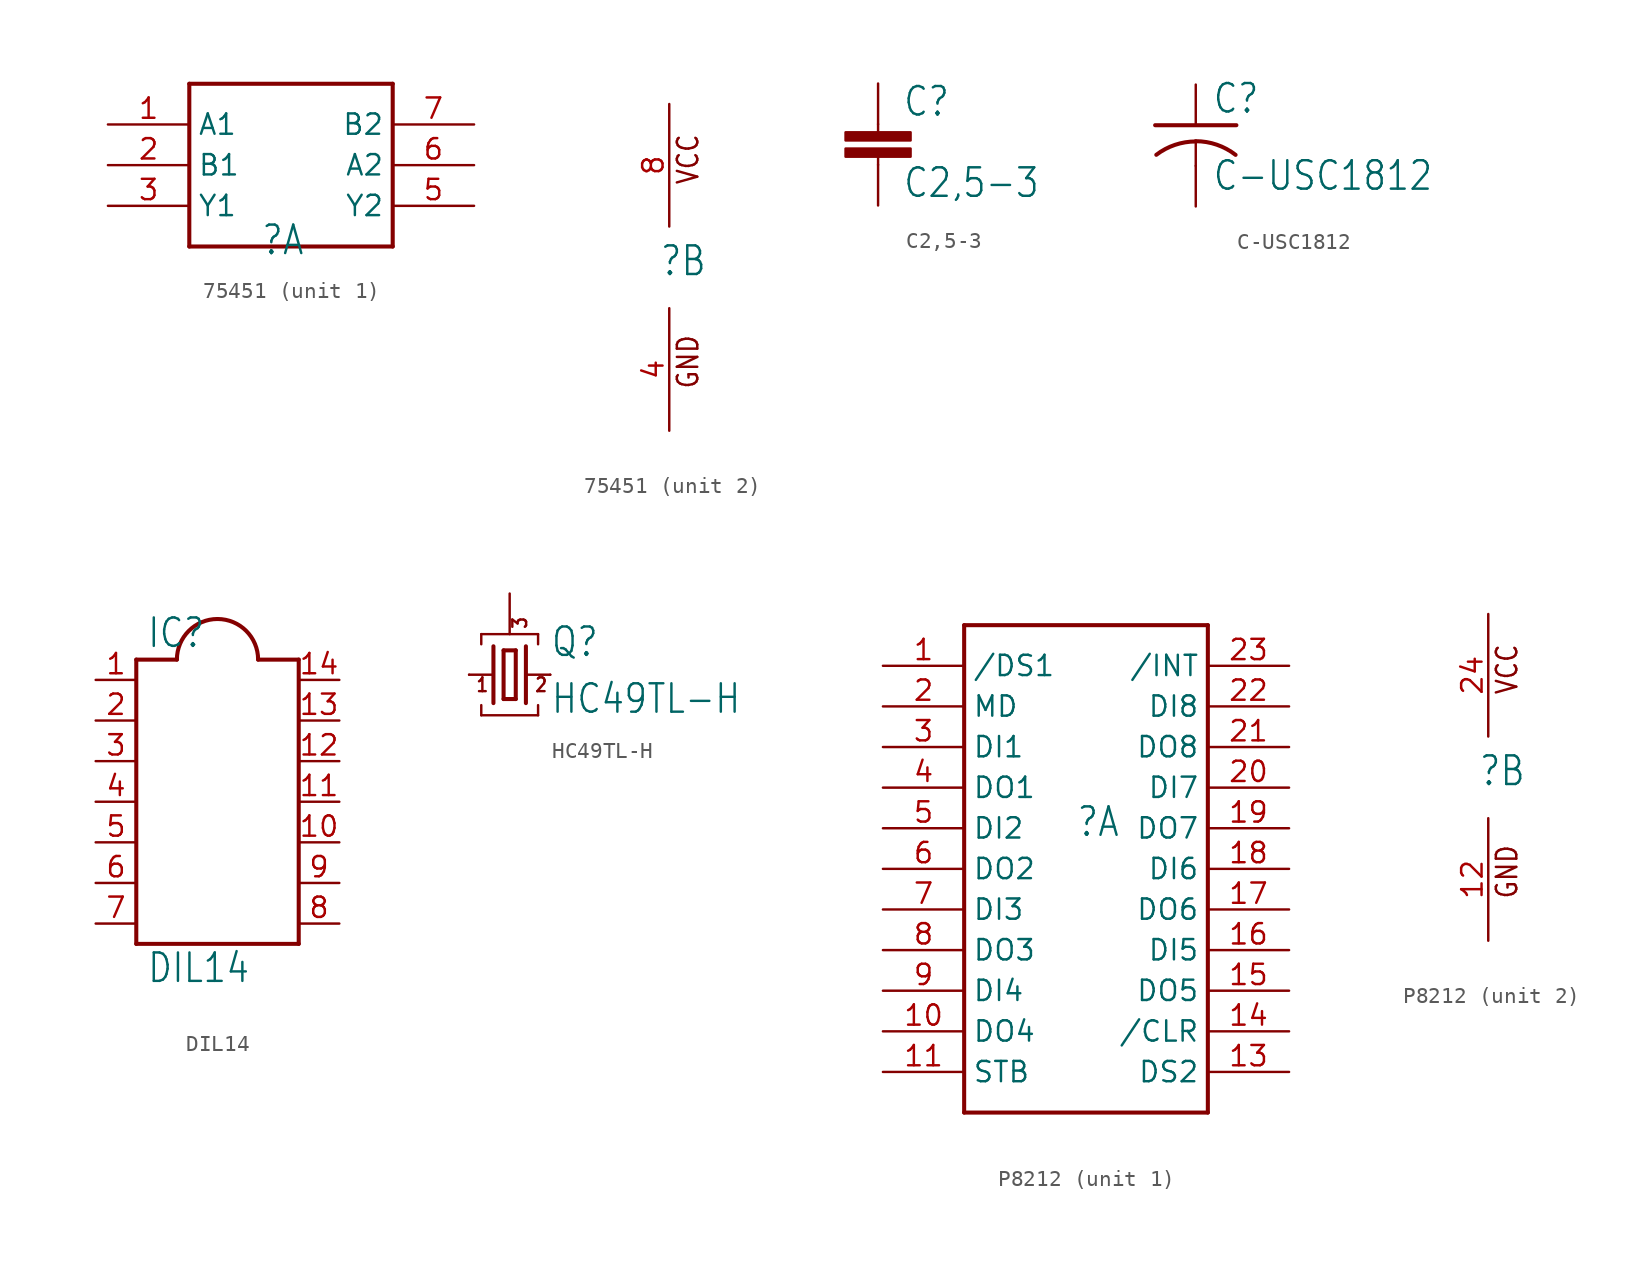
<source format=kicad_sym>
(kicad_symbol_lib
  (version 20211014)
  (generator kicad_symbol_editor)
  (symbol "75451"
    (property "Reference" ""
      (at -0.635 -0.635 0)
      (effects (font (size 1.778 1.511)) (justify left bottom)))
    (property "ki_locked" ""
      (at 0 0 0)
      (effects (font (size 1.27 1.27))))
    (symbol "75451_1_0"
      (polyline (pts (xy -5.08 0) (xy 7.62 0)) (stroke (width 0.254) (type default) (color 0 0 0 0)) (fill (type none)))
      (polyline (pts (xy -5.08 10.16) (xy -5.08 0)) (stroke (width 0.254) (type default) (color 0 0 0 0)) (fill (type none)))
      (polyline (pts (xy 7.62 0) (xy 7.62 10.16)) (stroke (width 0.254) (type default) (color 0 0 0 0)) (fill (type none)))
      (polyline (pts (xy 7.62 10.16) (xy -5.08 10.16)) (stroke (width 0.254) (type default) (color 0 0 0 0)) (fill (type none)))
      (pin bidirectional line (at -10.16 7.62 0) (length 5.08) (name "A1" (effects (font (size 1.27 1.27)))) (number "1" (effects (font (size 1.27 1.27)))))
      (pin bidirectional line (at -10.16 5.08 0) (length 5.08) (name "B1" (effects (font (size 1.27 1.27)))) (number "2" (effects (font (size 1.27 1.27)))))
      (pin bidirectional line (at -10.16 2.54 0) (length 5.08) (name "Y1" (effects (font (size 1.27 1.27)))) (number "3" (effects (font (size 1.27 1.27)))))
      (pin bidirectional line (at 12.7 2.54 180) (length 5.08) (name "Y2" (effects (font (size 1.27 1.27)))) (number "5" (effects (font (size 1.27 1.27)))))
      (pin bidirectional line (at 12.7 5.08 180) (length 5.08) (name "A2" (effects (font (size 1.27 1.27)))) (number "6" (effects (font (size 1.27 1.27)))))
      (pin bidirectional line (at 12.7 7.62 180) (length 5.08) (name "B2" (effects (font (size 1.27 1.27)))) (number "7" (effects (font (size 1.27 1.27))))))
    (symbol "75451_2_0"
      (text "GND" (at 1.905 -7.62 900) (effects (font (size 1.27 1.079)) (justify left bottom)))
      (text "VCC" (at 1.905 5.08 900) (effects (font (size 1.27 1.079)) (justify left bottom)))
      (pin power_in line (at 0 -10.16 90) (length 7.62) (name "GND" (effects (font (size 0 0)))) (number "4" (effects (font (size 1.27 1.27)))))
      (pin power_in line (at 0 10.16 270) (length 7.62) (name "VCC" (effects (font (size 0 0)))) (number "8" (effects (font (size 1.27 1.27)))))))
  (symbol "C2,5-3"
    (property "Reference" "C"
      (at 1.524 0.381 0)
      (effects (font (size 1.778 1.511)) (justify left bottom)))
    (property "Value" "C2,5-3"
      (at 1.524 -4.699 0)
      (effects (font (size 1.778 1.511)) (justify left bottom)))
    (property "ki_locked" ""
      (at 0 0 0)
      (effects (font (size 1.27 1.27))))
    (symbol "C2,5-3_1_0"
      (rectangle (start -2.032 -2.032) (end 2.032 -1.524) (stroke (width 0) (type default) (color 0 0 0 0)) (fill (type outline)))
      (rectangle (start -2.032 -1.016) (end 2.032 -0.508) (stroke (width 0) (type default) (color 0 0 0 0)) (fill (type outline)))
      (polyline (pts (xy 0 -2.54) (xy 0 -2.032)) (stroke (width 0.152) (type default) (color 0 0 0 0)) (fill (type none)))
      (polyline (pts (xy 0 0) (xy 0 -0.508)) (stroke (width 0.152) (type default) (color 0 0 0 0)) (fill (type none)))
      (pin passive line (at 0 2.54 270) (length 2.54) (name "1" (effects (font (size 0 0)))) (number "1" (effects (font (size 0 0)))))
      (pin passive line (at 0 -5.08 90) (length 2.54) (name "2" (effects (font (size 0 0)))) (number "2" (effects (font (size 0 0)))))))
  (symbol "C-USC1812"
    (property "Reference" "C"
      (at 1.016 0.635 0)
      (effects (font (size 1.778 1.511)) (justify left bottom)))
    (property "Value" "C-USC1812"
      (at 1.016 -4.191 0)
      (effects (font (size 1.778 1.511)) (justify left bottom)))
    (property "ki_locked" ""
      (at 0 0 0)
      (effects (font (size 1.27 1.27))))
    (symbol "C-USC1812_1_0"
      (arc (start 0 -1.0161) (mid -1.302 -1.2303) (end -2.4668 -1.8504) (stroke (width 0.254) (type default) (color 0 0 0 0)) (fill (type none)))
      (polyline (pts (xy -2.54 0) (xy 2.54 0)) (stroke (width 0.254) (type default) (color 0 0 0 0)) (fill (type none)))
      (polyline (pts (xy 0 -1.016) (xy 0 -2.54)) (stroke (width 0.152) (type default) (color 0 0 0 0)) (fill (type none)))
      (arc (start 2.4892 -1.8542) (mid 1.3158 -1.2195) (end 0 -1) (stroke (width 0.254) (type default) (color 0 0 0 0)) (fill (type none)))
      (pin passive line (at 0 2.54 270) (length 2.54) (name "1" (effects (font (size 0 0)))) (number "1" (effects (font (size 0 0)))))
      (pin passive line (at 0 -5.08 90) (length 2.54) (name "2" (effects (font (size 0 0)))) (number "2" (effects (font (size 0 0)))))))
  (symbol "DIL14"
    (property "Reference" "IC"
      (at -4.445 9.525 0)
      (effects (font (size 1.778 1.511)) (justify left bottom)))
    (property "Value" "DIL14"
      (at -4.445 -11.43 0)
      (effects (font (size 1.778 1.511)) (justify left bottom)))
    (property "ki_locked" ""
      (at 0 0 0)
      (effects (font (size 1.27 1.27))))
    (symbol "DIL14_1_0"
      (polyline (pts (xy -5.08 -8.89) (xy 5.08 -8.89)) (stroke (width 0.254) (type default) (color 0 0 0 0)) (fill (type none)))
      (polyline (pts (xy -5.08 8.89) (xy -5.08 -8.89)) (stroke (width 0.254) (type default) (color 0 0 0 0)) (fill (type none)))
      (polyline (pts (xy -5.08 8.89) (xy -2.54 8.89)) (stroke (width 0.254) (type default) (color 0 0 0 0)) (fill (type none)))
      (polyline (pts (xy 5.08 -8.89) (xy 5.08 8.89)) (stroke (width 0.254) (type default) (color 0 0 0 0)) (fill (type none)))
      (polyline (pts (xy 5.08 8.89) (xy 2.54 8.89)) (stroke (width 0.254) (type default) (color 0 0 0 0)) (fill (type none)))
      (arc (start 2.54 8.89) (mid 0 11.43) (end -2.54 8.89) (stroke (width 0.254) (type default) (color 0 0 0 0)) (fill (type none)))
      (pin passive line (at -7.62 7.62 0) (length 2.54) (name "1" (effects (font (size 0 0)))) (number "1" (effects (font (size 1.27 1.27)))))
      (pin passive line (at 7.62 -2.54 180) (length 2.54) (name "10" (effects (font (size 0 0)))) (number "10" (effects (font (size 1.27 1.27)))))
      (pin passive line (at 7.62 0 180) (length 2.54) (name "11" (effects (font (size 0 0)))) (number "11" (effects (font (size 1.27 1.27)))))
      (pin passive line (at 7.62 2.54 180) (length 2.54) (name "12" (effects (font (size 0 0)))) (number "12" (effects (font (size 1.27 1.27)))))
      (pin passive line (at 7.62 5.08 180) (length 2.54) (name "13" (effects (font (size 0 0)))) (number "13" (effects (font (size 1.27 1.27)))))
      (pin passive line (at 7.62 7.62 180) (length 2.54) (name "14" (effects (font (size 0 0)))) (number "14" (effects (font (size 1.27 1.27)))))
      (pin passive line (at -7.62 5.08 0) (length 2.54) (name "2" (effects (font (size 0 0)))) (number "2" (effects (font (size 1.27 1.27)))))
      (pin passive line (at -7.62 2.54 0) (length 2.54) (name "3" (effects (font (size 0 0)))) (number "3" (effects (font (size 1.27 1.27)))))
      (pin passive line (at -7.62 0 0) (length 2.54) (name "4" (effects (font (size 0 0)))) (number "4" (effects (font (size 1.27 1.27)))))
      (pin passive line (at -7.62 -2.54 0) (length 2.54) (name "5" (effects (font (size 0 0)))) (number "5" (effects (font (size 1.27 1.27)))))
      (pin passive line (at -7.62 -5.08 0) (length 2.54) (name "6" (effects (font (size 0 0)))) (number "6" (effects (font (size 1.27 1.27)))))
      (pin passive line (at -7.62 -7.62 0) (length 2.54) (name "7" (effects (font (size 0 0)))) (number "7" (effects (font (size 1.27 1.27)))))
      (pin passive line (at 7.62 -7.62 180) (length 2.54) (name "8" (effects (font (size 0 0)))) (number "8" (effects (font (size 1.27 1.27)))))
      (pin passive line (at 7.62 -5.08 180) (length 2.54) (name "9" (effects (font (size 0 0)))) (number "9" (effects (font (size 1.27 1.27)))))))
  (symbol "HC49TL-H"
    (property "Reference" "Q"
      (at 2.54 1.016 0)
      (effects (font (size 1.778 1.511)) (justify left bottom)))
    (property "Value" "HC49TL-H"
      (at 2.54 -2.54 0)
      (effects (font (size 1.778 1.511)) (justify left bottom)))
    (property "ki_locked" ""
      (at 0 0 0)
      (effects (font (size 1.27 1.27))))
    (symbol "HC49TL-H_1_0"
      (polyline (pts (xy -2.54 0) (xy -1.016 0)) (stroke (width 0.152) (type default) (color 0 0 0 0)) (fill (type none)))
      (polyline (pts (xy -1.778 -2.54) (xy -1.778 -1.905)) (stroke (width 0.152) (type default) (color 0 0 0 0)) (fill (type none)))
      (polyline (pts (xy -1.778 -2.54) (xy 1.778 -2.54)) (stroke (width 0.152) (type default) (color 0 0 0 0)) (fill (type none)))
      (polyline (pts (xy -1.778 1.905) (xy -1.778 2.54)) (stroke (width 0.152) (type default) (color 0 0 0 0)) (fill (type none)))
      (polyline (pts (xy -1.778 2.54) (xy 1.778 2.54)) (stroke (width 0.152) (type default) (color 0 0 0 0)) (fill (type none)))
      (polyline (pts (xy -1.016 1.778) (xy -1.016 -1.778)) (stroke (width 0.254) (type default) (color 0 0 0 0)) (fill (type none)))
      (polyline (pts (xy -0.381 -1.524) (xy 0.381 -1.524)) (stroke (width 0.254) (type default) (color 0 0 0 0)) (fill (type none)))
      (polyline (pts (xy -0.381 1.524) (xy -0.381 -1.524)) (stroke (width 0.254) (type default) (color 0 0 0 0)) (fill (type none)))
      (polyline (pts (xy 0.381 -1.524) (xy 0.381 1.524)) (stroke (width 0.254) (type default) (color 0 0 0 0)) (fill (type none)))
      (polyline (pts (xy 0.381 1.524) (xy -0.381 1.524)) (stroke (width 0.254) (type default) (color 0 0 0 0)) (fill (type none)))
      (polyline (pts (xy 1.016 0) (xy 2.54 0)) (stroke (width 0.152) (type default) (color 0 0 0 0)) (fill (type none)))
      (polyline (pts (xy 1.016 1.778) (xy 1.016 -1.778)) (stroke (width 0.254) (type default) (color 0 0 0 0)) (fill (type none)))
      (polyline (pts (xy 1.778 -1.905) (xy 1.778 -2.54)) (stroke (width 0.152) (type default) (color 0 0 0 0)) (fill (type none)))
      (polyline (pts (xy 1.778 2.54) (xy 1.778 1.905)) (stroke (width 0.152) (type default) (color 0 0 0 0)) (fill (type none)))
      (text "1" (at -2.159 -1.143 0) (effects (font (size 0.864 0.734)) (justify left bottom)))
      (text "2" (at 1.524 -1.143 0) (effects (font (size 0.864 0.734)) (justify left bottom)))
      (text "3" (at 1.143 2.794 900) (effects (font (size 0.864 0.734)) (justify left bottom)))
      (pin passive line (at -2.54 0 0) (length 0) (name "1" (effects (font (size 0 0)))) (number "1" (effects (font (size 0 0)))))
      (pin passive line (at 2.54 0 180) (length 0) (name "2" (effects (font (size 0 0)))) (number "2" (effects (font (size 0 0)))))
      (pin passive line (at 0 5.08 270) (length 2.54) (name "3" (effects (font (size 0 0)))) (number "3" (effects (font (size 0 0)))))))
  (symbol "P8212"
    (property "Reference" ""
      (at -0.635 -0.635 0)
      (effects (font (size 1.778 1.511)) (justify left bottom)))
    (property "ki_locked" ""
      (at 0 0 0)
      (effects (font (size 1.27 1.27))))
    (symbol "P8212_1_0"
      (polyline (pts (xy -7.62 -17.78) (xy -7.62 12.7)) (stroke (width 0.254) (type default) (color 0 0 0 0)) (fill (type none)))
      (polyline (pts (xy -7.62 12.7) (xy 7.62 12.7)) (stroke (width 0.254) (type default) (color 0 0 0 0)) (fill (type none)))
      (polyline (pts (xy 7.62 -17.78) (xy -7.62 -17.78)) (stroke (width 0.254) (type default) (color 0 0 0 0)) (fill (type none)))
      (polyline (pts (xy 7.62 12.7) (xy 7.62 -17.78)) (stroke (width 0.254) (type default) (color 0 0 0 0)) (fill (type none)))
      (pin bidirectional line (at -12.7 10.16 0) (length 5.08) (name "/DS1" (effects (font (size 1.27 1.27)))) (number "1" (effects (font (size 1.27 1.27)))))
      (pin bidirectional line (at -12.7 -12.7 0) (length 5.08) (name "DO4" (effects (font (size 1.27 1.27)))) (number "10" (effects (font (size 1.27 1.27)))))
      (pin bidirectional line (at -12.7 -15.24 0) (length 5.08) (name "STB" (effects (font (size 1.27 1.27)))) (number "11" (effects (font (size 1.27 1.27)))))
      (pin bidirectional line (at 12.7 -15.24 180) (length 5.08) (name "DS2" (effects (font (size 1.27 1.27)))) (number "13" (effects (font (size 1.27 1.27)))))
      (pin bidirectional line (at 12.7 -12.7 180) (length 5.08) (name "/CLR" (effects (font (size 1.27 1.27)))) (number "14" (effects (font (size 1.27 1.27)))))
      (pin bidirectional line (at 12.7 -10.16 180) (length 5.08) (name "DO5" (effects (font (size 1.27 1.27)))) (number "15" (effects (font (size 1.27 1.27)))))
      (pin bidirectional line (at 12.7 -7.62 180) (length 5.08) (name "DI5" (effects (font (size 1.27 1.27)))) (number "16" (effects (font (size 1.27 1.27)))))
      (pin bidirectional line (at 12.7 -5.08 180) (length 5.08) (name "DO6" (effects (font (size 1.27 1.27)))) (number "17" (effects (font (size 1.27 1.27)))))
      (pin bidirectional line (at 12.7 -2.54 180) (length 5.08) (name "DI6" (effects (font (size 1.27 1.27)))) (number "18" (effects (font (size 1.27 1.27)))))
      (pin bidirectional line (at 12.7 0 180) (length 5.08) (name "DO7" (effects (font (size 1.27 1.27)))) (number "19" (effects (font (size 1.27 1.27)))))
      (pin bidirectional line (at -12.7 7.62 0) (length 5.08) (name "MD" (effects (font (size 1.27 1.27)))) (number "2" (effects (font (size 1.27 1.27)))))
      (pin bidirectional line (at 12.7 2.54 180) (length 5.08) (name "DI7" (effects (font (size 1.27 1.27)))) (number "20" (effects (font (size 1.27 1.27)))))
      (pin bidirectional line (at 12.7 5.08 180) (length 5.08) (name "DO8" (effects (font (size 1.27 1.27)))) (number "21" (effects (font (size 1.27 1.27)))))
      (pin bidirectional line (at 12.7 7.62 180) (length 5.08) (name "DI8" (effects (font (size 1.27 1.27)))) (number "22" (effects (font (size 1.27 1.27)))))
      (pin bidirectional line (at 12.7 10.16 180) (length 5.08) (name "/INT" (effects (font (size 1.27 1.27)))) (number "23" (effects (font (size 1.27 1.27)))))
      (pin bidirectional line (at -12.7 5.08 0) (length 5.08) (name "DI1" (effects (font (size 1.27 1.27)))) (number "3" (effects (font (size 1.27 1.27)))))
      (pin bidirectional line (at -12.7 2.54 0) (length 5.08) (name "DO1" (effects (font (size 1.27 1.27)))) (number "4" (effects (font (size 1.27 1.27)))))
      (pin bidirectional line (at -12.7 0 0) (length 5.08) (name "DI2" (effects (font (size 1.27 1.27)))) (number "5" (effects (font (size 1.27 1.27)))))
      (pin bidirectional line (at -12.7 -2.54 0) (length 5.08) (name "DO2" (effects (font (size 1.27 1.27)))) (number "6" (effects (font (size 1.27 1.27)))))
      (pin bidirectional line (at -12.7 -5.08 0) (length 5.08) (name "DI3" (effects (font (size 1.27 1.27)))) (number "7" (effects (font (size 1.27 1.27)))))
      (pin bidirectional line (at -12.7 -7.62 0) (length 5.08) (name "DO3" (effects (font (size 1.27 1.27)))) (number "8" (effects (font (size 1.27 1.27)))))
      (pin bidirectional line (at -12.7 -10.16 0) (length 5.08) (name "DI4" (effects (font (size 1.27 1.27)))) (number "9" (effects (font (size 1.27 1.27))))))
    (symbol "P8212_2_0"
      (text "GND" (at 1.905 -7.62 900) (effects (font (size 1.27 1.079)) (justify left bottom)))
      (text "VCC" (at 1.905 5.08 900) (effects (font (size 1.27 1.079)) (justify left bottom)))
      (pin power_in line (at 0 -10.16 90) (length 7.62) (name "GND" (effects (font (size 0 0)))) (number "12" (effects (font (size 1.27 1.27)))))
      (pin power_in line (at 0 10.16 270) (length 7.62) (name "VCC" (effects (font (size 0 0)))) (number "24" (effects (font (size 1.27 1.27))))))))
</source>
